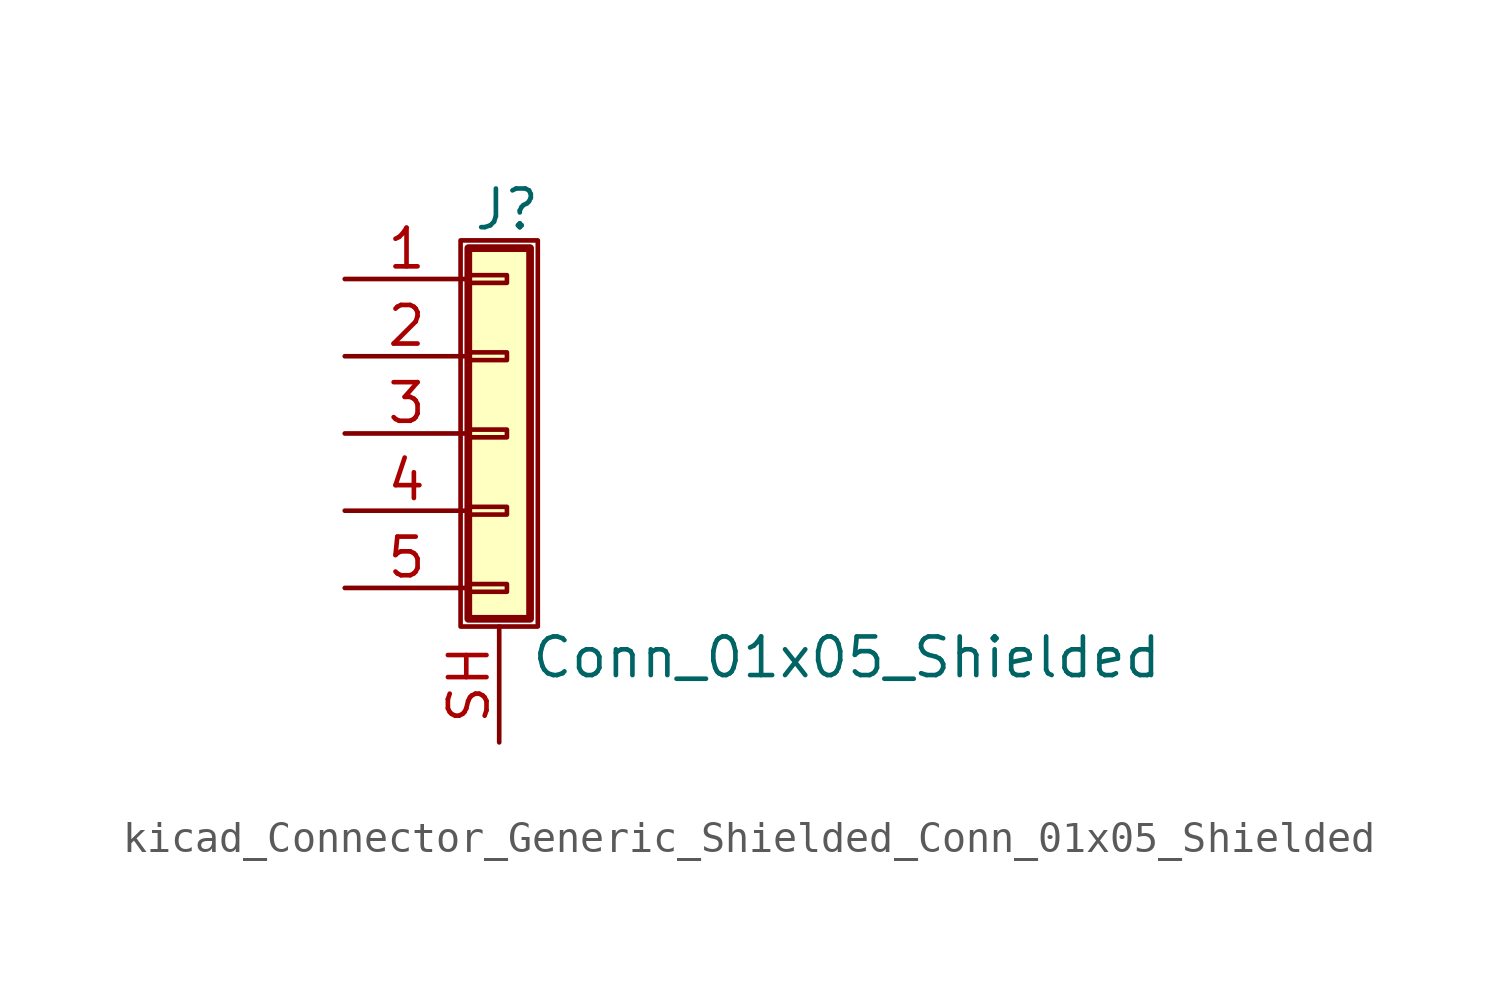
<source format=kicad_sym>
(kicad_symbol_lib
  (version 20220914)
  (generator kicad_symbol_editor)
  (symbol "kicad_Connector_Generic_Shielded_Conn_01x05_Shielded"
    (pin_names
      (offset 1.016) hide)
    (property "Reference" "J"
      (at 0.254 7.366 0)
      (effects (font (size 1.27 1.27))))
    (property "Value" "Conn_01x05_Shielded"
      (at 1.016 -7.366 0)
      (effects (font (size 1.27 1.27)) (justify left)))
    (symbol "kicad_Connector_Generic_Shielded_Conn_01x05_Shielded_1_1"
      (rectangle (start -1.27 6.35) (end 1.27 -6.35) (stroke (width 0.152) (type default)) (fill (type none)))
      (rectangle (start -1.016 -4.953) (end 0.254 -5.207) (stroke (width 0.152) (type default)) (fill (type none)))
      (rectangle (start -1.016 -2.413) (end 0.254 -2.667) (stroke (width 0.152) (type default)) (fill (type none)))
      (rectangle (start -1.016 0.127) (end 0.254 -0.127) (stroke (width 0.152) (type default)) (fill (type none)))
      (rectangle (start -1.016 2.667) (end 0.254 2.413) (stroke (width 0.152) (type default)) (fill (type none)))
      (rectangle (start -1.016 5.207) (end 0.254 4.953) (stroke (width 0.152) (type default)) (fill (type none)))
      (rectangle (start -1.016 6.096) (end 1.016 -6.096) (stroke (width 0.254) (type default)) (fill (type background)))
      (pin passive line (at -5.08 5.08 0) (length 4.064) (name "Pin_1" (effects (font (size 1.27 1.27)))) (number "1" (effects (font (size 1.27 1.27)))))
      (pin passive line (at -5.08 2.54 0) (length 4.064) (name "Pin_2" (effects (font (size 1.27 1.27)))) (number "2" (effects (font (size 1.27 1.27)))))
      (pin passive line (at -5.08 0 0) (length 4.064) (name "Pin_3" (effects (font (size 1.27 1.27)))) (number "3" (effects (font (size 1.27 1.27)))))
      (pin passive line (at -5.08 -2.54 0) (length 4.064) (name "Pin_4" (effects (font (size 1.27 1.27)))) (number "4" (effects (font (size 1.27 1.27)))))
      (pin passive line (at -5.08 -5.08 0) (length 4.064) (name "Pin_5" (effects (font (size 1.27 1.27)))) (number "5" (effects (font (size 1.27 1.27)))))
      (pin passive line (at 0 -10.16 90) (length 3.81) (name "Shield" (effects (font (size 1.27 1.27)))) (number "SH" (effects (font (size 1.27 1.27))))))))
</source>
